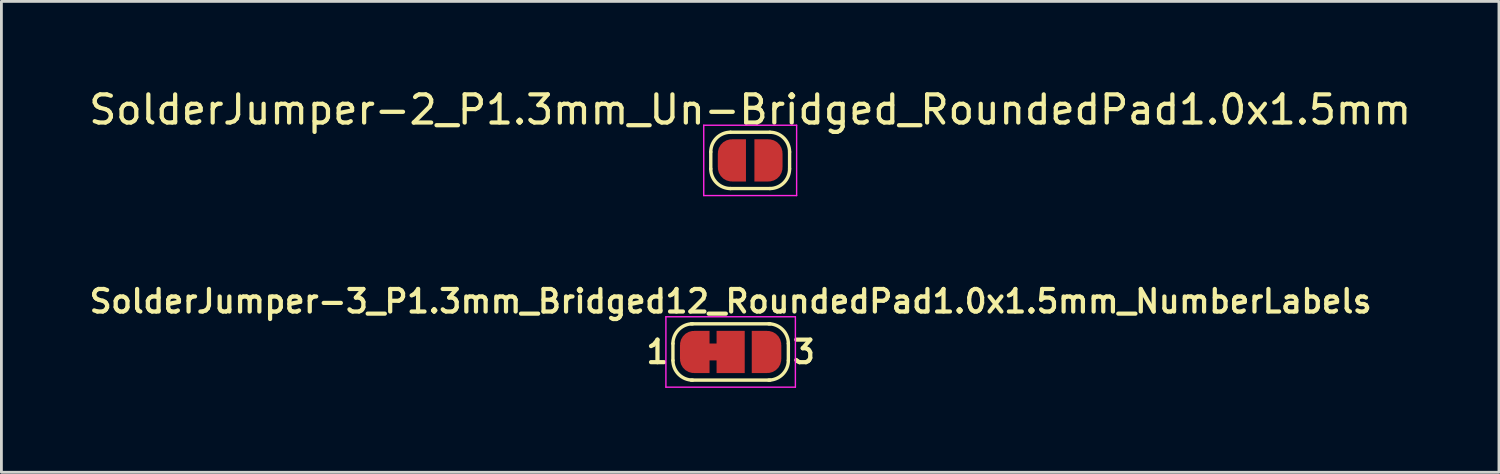
<source format=kicad_pcb>
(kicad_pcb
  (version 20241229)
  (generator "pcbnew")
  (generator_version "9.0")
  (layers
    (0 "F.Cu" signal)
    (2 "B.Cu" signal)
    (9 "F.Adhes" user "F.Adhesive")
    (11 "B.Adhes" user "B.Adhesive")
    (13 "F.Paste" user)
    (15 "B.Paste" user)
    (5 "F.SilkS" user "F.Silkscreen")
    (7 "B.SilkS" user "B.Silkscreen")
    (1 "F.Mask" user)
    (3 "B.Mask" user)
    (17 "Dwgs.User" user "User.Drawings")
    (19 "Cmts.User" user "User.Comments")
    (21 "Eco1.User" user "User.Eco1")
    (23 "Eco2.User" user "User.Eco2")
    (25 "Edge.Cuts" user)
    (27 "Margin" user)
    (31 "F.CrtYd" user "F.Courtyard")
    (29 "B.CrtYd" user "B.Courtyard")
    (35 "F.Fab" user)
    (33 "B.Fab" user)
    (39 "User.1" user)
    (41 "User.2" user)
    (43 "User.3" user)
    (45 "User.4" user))
  (footprint "SolderJumper-3_P1.3mm_Bridged12_RoundedPad1.0x1.5mm_NumberLabels"
    (layer "F.Cu")
    (at 22.907 9.454)
    (property "Reference" "SolderJumper-3_P1.3mm_Bridged12_RoundedPad1.0x1.5mm_NumberLabels" (at 0 -1.8 0) (layer "F.SilkS") (effects (font (size 0.8 0.8) (thickness 0.15))))
    (attr exclude_from_pos_files exclude_from_bom)
    (fp_poly (pts (xy -0.9 -0.3) (xy -0.4 -0.3) (xy -0.4 0.3) (xy -0.9 0.3)) (stroke (width 0) (type solid)) (fill yes) (layer "F.Cu"))
    (fp_line (start -2.05 0.3) (end -2.05 -0.3) (stroke (width 0.12) (type solid)) (layer "F.SilkS"))
    (fp_line (start -1.4 -1) (end 1.4 -1) (stroke (width 0.12) (type solid)) (layer "F.SilkS"))
    (fp_line (start 1.4 1) (end -1.4 1) (stroke (width 0.12) (type solid)) (layer "F.SilkS"))
    (fp_line (start 2.05 -0.3) (end 2.05 0.3) (stroke (width 0.12) (type solid)) (layer "F.SilkS"))
    (fp_arc (start -2.05 -0.3) (mid -1.844975 -0.794975) (end -1.35 -1) (stroke (width 0.12) (type solid)) (layer "F.SilkS"))
    (fp_arc (start -1.35 1) (mid -1.844975 0.794975) (end -2.05 0.3) (stroke (width 0.12) (type solid)) (layer "F.SilkS"))
    (fp_arc (start 1.35 -1) (mid 1.844975 -0.794975) (end 2.05 -0.3) (stroke (width 0.12) (type solid)) (layer "F.SilkS"))
    (fp_arc (start 2.05 0.3) (mid 1.844975 0.794975) (end 1.35 1) (stroke (width 0.12) (type solid)) (layer "F.SilkS"))
    (fp_line (start -2.3 -1.25) (end -2.3 1.25) (stroke (width 0.05) (type solid)) (layer "F.CrtYd"))
    (fp_line (start -2.3 -1.25) (end 2.3 -1.25) (stroke (width 0.05) (type solid)) (layer "F.CrtYd"))
    (fp_line (start 2.3 1.25) (end -2.3 1.25) (stroke (width 0.05) (type solid)) (layer "F.CrtYd"))
    (fp_line (start 2.3 1.25) (end 2.3 -1.25) (stroke (width 0.05) (type solid)) (layer "F.CrtYd"))
    (fp_text user "1" (at -2.6 0 0) (layer "F.SilkS") (effects (font (size 0.8 0.8) (thickness 0.15))))
    (fp_text user "3" (at 2.6 0 0) (layer "F.SilkS") (effects (font (size 0.8 0.8) (thickness 0.15))))
    (pad "1" smd custom (at -1.3 0) (size 1 0.5) (layers "F.Cu" "F.Mask") (options (anchor rect)) (primitives (gr_poly (pts (xy 0.55 -0.75) (xy 0 -0.75) (xy 0 0.75) (xy 0.55 0.75)) (width 0) (fill yes)) (gr_circle (center 0 0.25) (end 0.5 0.25) (width 0) (fill yes)) (gr_circle (center 0 -0.25) (end 0.5 -0.25) (width 0) (fill yes))))
    (pad "2" smd rect (at 0 0) (size 1 1.5) (layers "F.Cu" "F.Mask"))
    (pad "3" smd custom (at 1.3 0) (size 1 0.5) (layers "F.Cu" "F.Mask") (options (anchor rect)) (primitives (gr_circle (center 0 0.25) (end 0.5 0.25) (width 0) (fill yes)) (gr_circle (center 0 -0.25) (end 0.5 -0.25) (width 0) (fill yes)) (gr_poly (pts (xy -0.55 -0.75) (xy 0 -0.75) (xy 0 0.75) (xy -0.55 0.75)) (width 0) (fill yes)))))
  (footprint "SolderJumper-2_P1.3mm_Un-Bridged_RoundedPad1.0x1.5mm"
    (layer "F.Cu")
    (at 23.601 2.648)
    (property "Reference" "SolderJumper-2_P1.3mm_Un-Bridged_RoundedPad1.0x1.5mm" (at 0 -1.8 0) (layer "F.SilkS") (effects (font (size 1 1) (thickness 0.15))))
    (attr exclude_from_pos_files exclude_from_bom)
    (fp_line (start -1.4 0.3) (end -1.4 -0.3) (stroke (width 0.12) (type solid)) (layer "F.SilkS"))
    (fp_line (start -0.7 -1) (end 0.7 -1) (stroke (width 0.12) (type solid)) (layer "F.SilkS"))
    (fp_line (start 0.7 1) (end -0.7 1) (stroke (width 0.12) (type solid)) (layer "F.SilkS"))
    (fp_line (start 1.4 -0.3) (end 1.4 0.3) (stroke (width 0.12) (type solid)) (layer "F.SilkS"))
    (fp_arc (start -1.4 -0.3) (mid -1.194975 -0.794975) (end -0.7 -1) (stroke (width 0.12) (type solid)) (layer "F.SilkS"))
    (fp_arc (start -0.7 1) (mid -1.194975 0.794975) (end -1.4 0.3) (stroke (width 0.12) (type solid)) (layer "F.SilkS"))
    (fp_arc (start 0.7 -1) (mid 1.194975 -0.794975) (end 1.4 -0.3) (stroke (width 0.12) (type solid)) (layer "F.SilkS"))
    (fp_arc (start 1.4 0.3) (mid 1.194975 0.794975) (end 0.7 1) (stroke (width 0.12) (type solid)) (layer "F.SilkS"))
    (fp_line (start -1.65 -1.25) (end -1.65 1.25) (stroke (width 0.05) (type solid)) (layer "F.CrtYd"))
    (fp_line (start -1.65 -1.25) (end 1.65 -1.25) (stroke (width 0.05) (type solid)) (layer "F.CrtYd"))
    (fp_line (start 1.65 1.25) (end -1.65 1.25) (stroke (width 0.05) (type solid)) (layer "F.CrtYd"))
    (fp_line (start 1.65 1.25) (end 1.65 -1.25) (stroke (width 0.05) (type solid)) (layer "F.CrtYd"))
    (pad "1" smd custom (at -0.65 0) (size 1 0.5) (layers "F.Cu" "F.Mask") (options (anchor rect)) (primitives (gr_circle (center 0 0.25) (end 0.5 0.25) (width 0) (fill yes)) (gr_circle (center 0 -0.25) (end 0.5 -0.25) (width 0) (fill yes)) (gr_poly (pts (xy 0 -0.75) (xy 0.5 -0.75) (xy 0.5 0.75) (xy 0 0.75)) (width 0) (fill yes))))
    (pad "2" smd custom (at 0.65 0) (size 1 0.5) (layers "F.Cu" "F.Mask") (options (anchor rect)) (primitives (gr_circle (center 0 0.25) (end 0.5 0.25) (width 0) (fill yes)) (gr_circle (center 0 -0.25) (end 0.5 -0.25) (width 0) (fill yes)) (gr_poly (pts (xy 0 -0.75) (xy -0.5 -0.75) (xy -0.5 0.75) (xy 0 0.75)) (width 0) (fill yes)))))
  (gr_rect
    (start -3 -3)
    (end 50.202 13.729)
    (stroke (width 0.1) (type default))
    (fill no)
    (layer "Edge.Cuts")))
</source>
